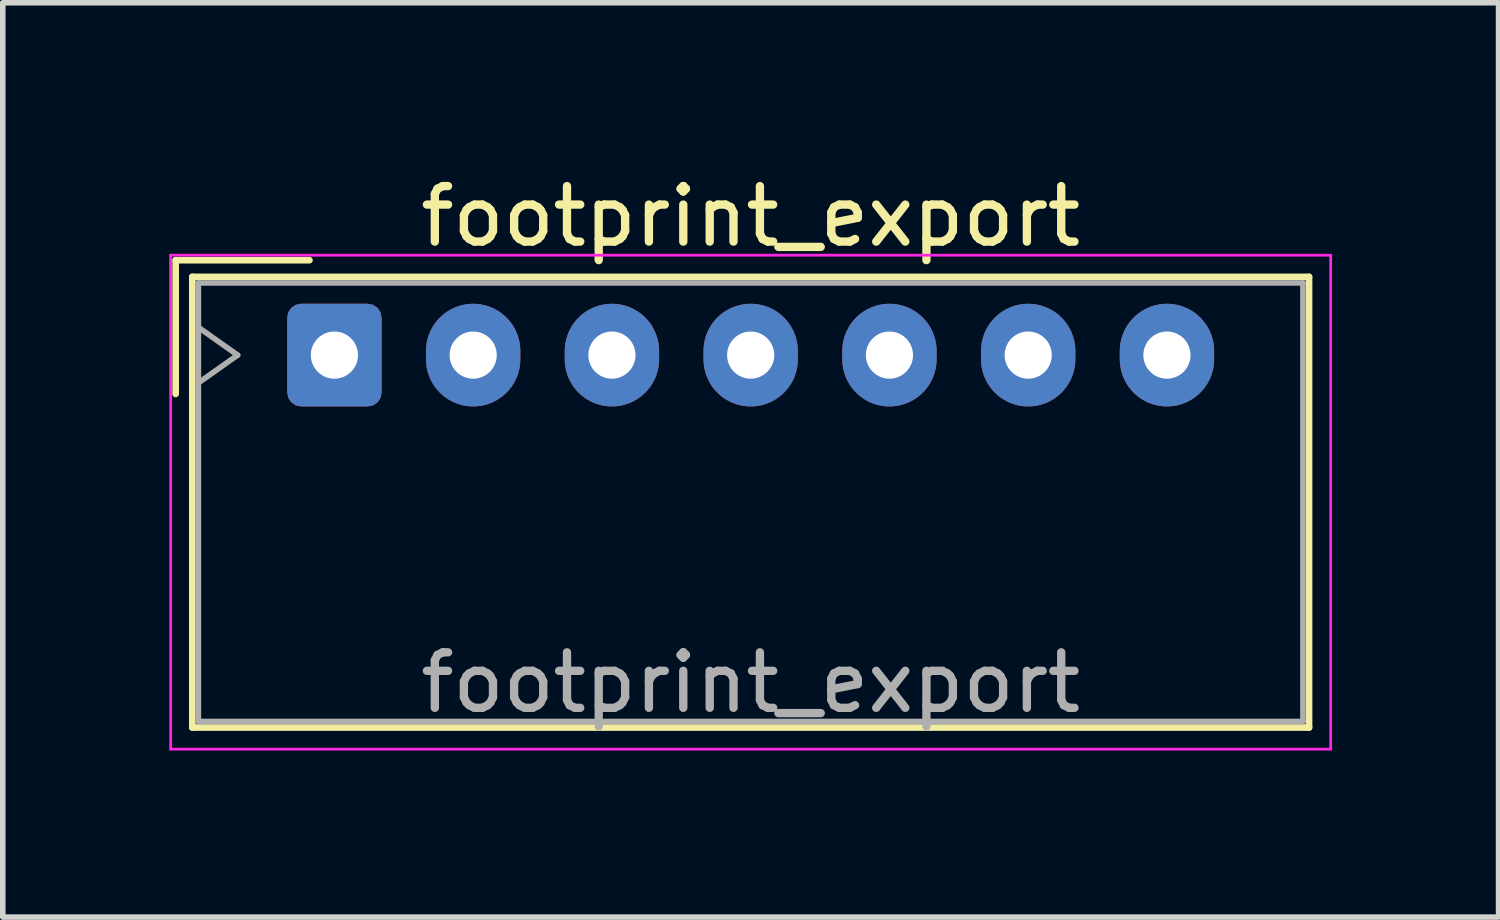
<source format=kicad_pcb>
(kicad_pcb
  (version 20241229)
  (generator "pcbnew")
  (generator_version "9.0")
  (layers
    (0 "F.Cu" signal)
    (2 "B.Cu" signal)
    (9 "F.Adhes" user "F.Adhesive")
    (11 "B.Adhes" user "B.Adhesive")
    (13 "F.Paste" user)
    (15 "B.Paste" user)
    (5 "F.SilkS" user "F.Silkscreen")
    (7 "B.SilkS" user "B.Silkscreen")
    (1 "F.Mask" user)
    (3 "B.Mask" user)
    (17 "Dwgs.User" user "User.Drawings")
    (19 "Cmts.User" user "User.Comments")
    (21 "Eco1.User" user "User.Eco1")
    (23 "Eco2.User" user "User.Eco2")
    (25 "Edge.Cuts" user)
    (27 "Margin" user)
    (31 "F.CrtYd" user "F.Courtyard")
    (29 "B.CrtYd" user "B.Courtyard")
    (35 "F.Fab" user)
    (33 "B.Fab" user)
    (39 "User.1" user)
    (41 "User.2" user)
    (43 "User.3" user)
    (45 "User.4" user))
  (footprint "footprint_export"
    (layer "F.Cu")
    (at 2.975 3.348)
    (property "Reference" "footprint_export" (at 7.5 -2.5 0) (layer "F.SilkS") (effects (font (size 1 1) (thickness 0.15))))
    (attr through_hole)
    (fp_line (start -2.86 -1.71) (end -0.45 -1.71) (stroke (width 0.12) (type solid)) (layer "F.SilkS"))
    (fp_line (start -2.86 0.7) (end -2.86 -1.71) (stroke (width 0.12) (type solid)) (layer "F.SilkS"))
    (fp_line (start -2.56 -1.41) (end -2.56 6.71) (stroke (width 0.12) (type solid)) (layer "F.SilkS"))
    (fp_line (start -2.56 6.71) (end 17.56 6.71) (stroke (width 0.12) (type solid)) (layer "F.SilkS"))
    (fp_line (start 17.56 -1.41) (end -2.56 -1.41) (stroke (width 0.12) (type solid)) (layer "F.SilkS"))
    (fp_line (start 17.56 6.71) (end 17.56 -1.41) (stroke (width 0.12) (type solid)) (layer "F.SilkS"))
    (fp_line (start -2.95 -1.8) (end -2.95 7.1) (stroke (width 0.05) (type solid)) (layer "F.CrtYd"))
    (fp_line (start -2.95 7.1) (end 17.95 7.1) (stroke (width 0.05) (type solid)) (layer "F.CrtYd"))
    (fp_line (start 17.95 -1.8) (end -2.95 -1.8) (stroke (width 0.05) (type solid)) (layer "F.CrtYd"))
    (fp_line (start 17.95 7.1) (end 17.95 -1.8) (stroke (width 0.05) (type solid)) (layer "F.CrtYd"))
    (fp_line (start -2.45 -1.3) (end -2.45 6.6) (stroke (width 0.1) (type solid)) (layer "F.Fab"))
    (fp_line (start -2.45 0.5) (end -1.743 0) (stroke (width 0.1) (type solid)) (layer "F.Fab"))
    (fp_line (start -2.45 6.6) (end 17.45 6.6) (stroke (width 0.1) (type solid)) (layer "F.Fab"))
    (fp_line (start -1.743 0) (end -2.45 -0.5) (stroke (width 0.1) (type solid)) (layer "F.Fab"))
    (fp_line (start 17.45 -1.3) (end -2.45 -1.3) (stroke (width 0.1) (type solid)) (layer "F.Fab"))
    (fp_line (start 17.45 6.6) (end 17.45 -1.3) (stroke (width 0.1) (type solid)) (layer "F.Fab"))
    (fp_text user "${REFERENCE}" (at 7.5 5.9 0) (layer "F.Fab") (effects (font (size 1 1) (thickness 0.15))))
    (pad "1" thru_hole roundrect (at 0 0) (size 1.7 1.85) (drill 0.85) (layers "*.Cu" "*.Mask") (roundrect_rratio 0.147))
    (pad "2" thru_hole oval (at 2.5 0) (size 1.7 1.85) (drill 0.85) (layers "*.Cu" "*.Mask"))
    (pad "3" thru_hole oval (at 5 0) (size 1.7 1.85) (drill 0.85) (layers "*.Cu" "*.Mask"))
    (pad "4" thru_hole oval (at 7.5 0) (size 1.7 1.85) (drill 0.85) (layers "*.Cu" "*.Mask"))
    (pad "5" thru_hole oval (at 10 0) (size 1.7 1.85) (drill 0.85) (layers "*.Cu" "*.Mask"))
    (pad "6" thru_hole oval (at 12.5 0) (size 1.7 1.85) (drill 0.85) (layers "*.Cu" "*.Mask"))
    (pad "7" thru_hole oval (at 15 0) (size 1.7 1.85) (drill 0.85) (layers "*.Cu" "*.Mask")))
  (gr_rect
    (start -3 -3)
    (end 23.95 13.473)
    (stroke (width 0.1) (type default))
    (fill no)
    (layer "Edge.Cuts")))
</source>
